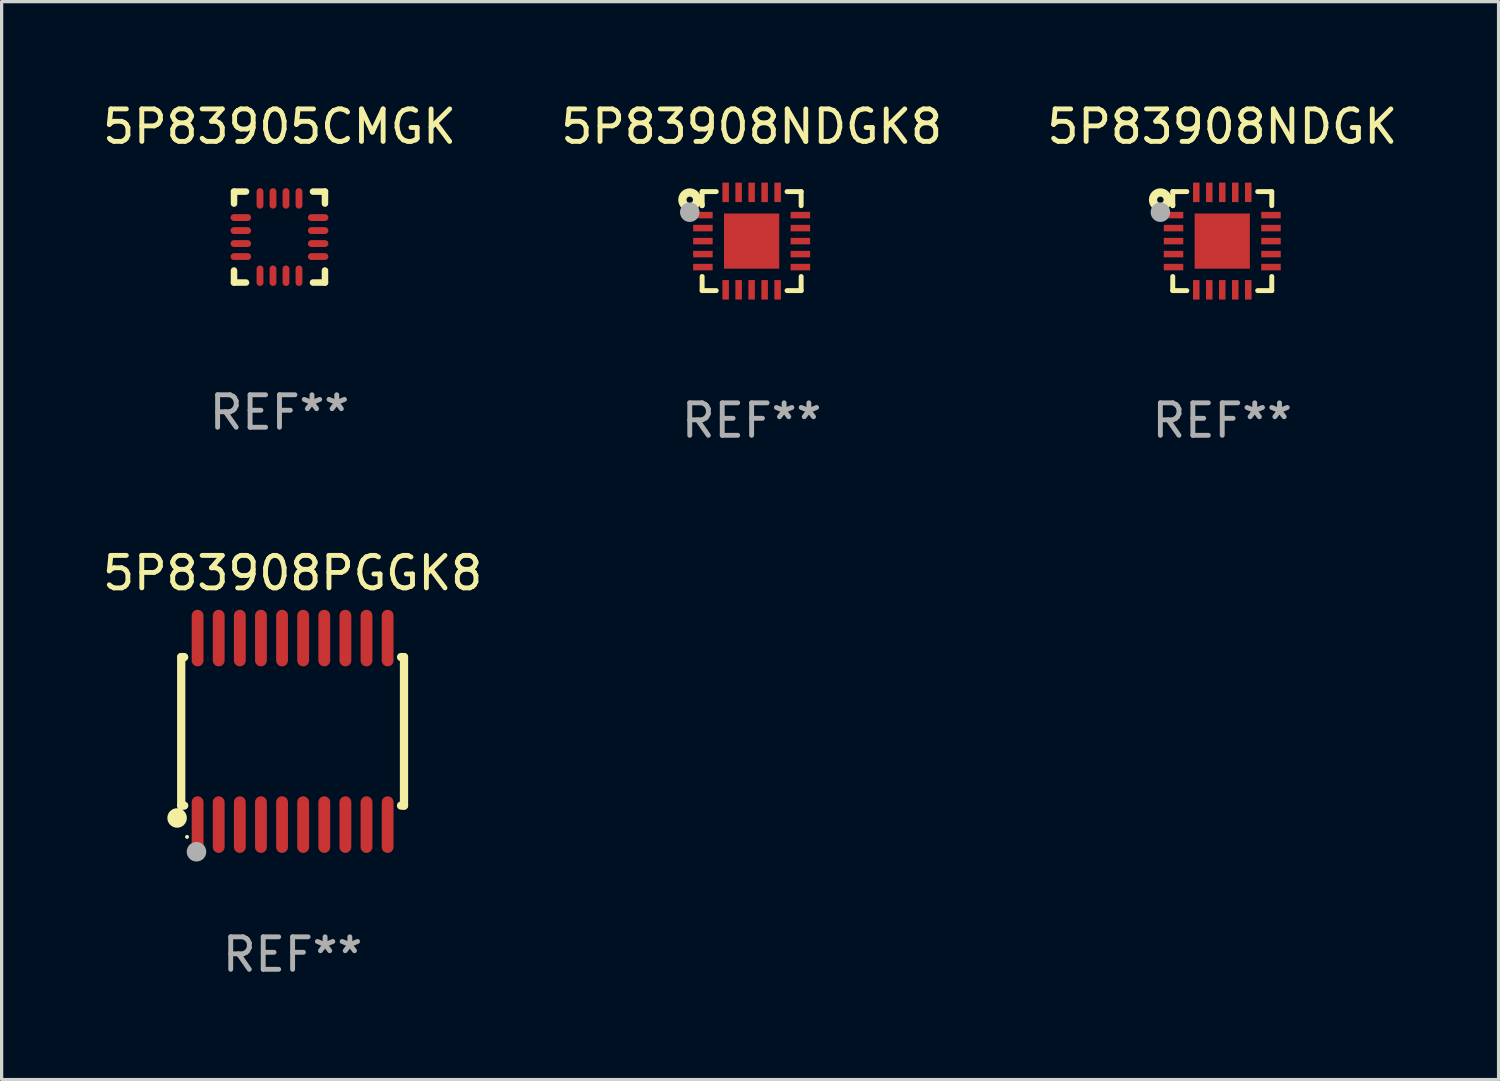
<source format=kicad_pcb>
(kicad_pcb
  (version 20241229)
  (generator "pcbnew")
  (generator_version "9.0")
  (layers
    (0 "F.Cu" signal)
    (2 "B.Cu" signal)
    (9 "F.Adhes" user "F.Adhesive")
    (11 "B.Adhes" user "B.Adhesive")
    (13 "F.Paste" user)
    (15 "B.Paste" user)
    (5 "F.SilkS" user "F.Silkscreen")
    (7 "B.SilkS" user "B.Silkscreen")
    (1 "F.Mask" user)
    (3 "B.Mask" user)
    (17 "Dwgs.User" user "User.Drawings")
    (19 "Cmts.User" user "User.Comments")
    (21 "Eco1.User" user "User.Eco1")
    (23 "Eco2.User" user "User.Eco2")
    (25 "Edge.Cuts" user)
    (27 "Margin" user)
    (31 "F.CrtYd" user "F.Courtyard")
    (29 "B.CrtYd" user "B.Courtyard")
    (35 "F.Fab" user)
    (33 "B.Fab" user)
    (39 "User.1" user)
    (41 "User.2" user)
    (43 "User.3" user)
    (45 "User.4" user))
  (footprint "5P83908NDGK8"
    (layer "F.Cu")
    (at 20.089 4.372)
    (property "Reference" "5P83908NDGK8" (at 0 -3.524 0) (layer "F.SilkS") (effects (font (size 1 1) (thickness 0.15))))
    (attr through_hole)
    (fp_line (start -1.524 -1.524) (end -1.09 -1.524) (stroke (width 0.152) (type solid)) (layer "F.SilkS"))
    (fp_line (start -1.524 -1.09) (end -1.524 -1.524) (stroke (width 0.152) (type solid)) (layer "F.SilkS"))
    (fp_line (start -1.524 -1.09) (end -1.524 -1.143) (stroke (width 0.152) (type solid)) (layer "F.SilkS"))
    (fp_line (start -1.524 1.524) (end -1.524 1.09) (stroke (width 0.152) (type solid)) (layer "F.SilkS"))
    (fp_line (start -1.09 1.524) (end -1.524 1.524) (stroke (width 0.152) (type solid)) (layer "F.SilkS"))
    (fp_line (start 1.09 -1.524) (end 1.524 -1.524) (stroke (width 0.152) (type solid)) (layer "F.SilkS"))
    (fp_line (start 1.524 -1.524) (end 1.524 -1.09) (stroke (width 0.152) (type solid)) (layer "F.SilkS"))
    (fp_line (start 1.524 1.09) (end 1.524 1.524) (stroke (width 0.152) (type solid)) (layer "F.SilkS"))
    (fp_line (start 1.524 1.524) (end 1.09 1.524) (stroke (width 0.152) (type solid)) (layer "F.SilkS"))
    (fp_circle (center -1.905 -1.27) (end -1.805 -1.27) (stroke (width 0.254) (type solid)) (fill no) (layer "F.SilkS"))
    (fp_circle (center -1.5 -1.5) (end -1.47 -1.5) (stroke (width 0.06) (type solid)) (fill no) (layer "F.SilkS"))
    (fp_circle (center -1.905 -0.889) (end -1.755 -0.889) (stroke (width 0.3) (type solid)) (fill no) (layer "F.Fab"))
    (fp_text user "REF**" (at 0 5.524 0) (layer "F.Fab") (effects (font (size 1 1) (thickness 0.15))))
    (pad "1" smd rect (at -1.5 -0.8) (size 0.6 0.2) (layers "F.Cu" "F.Mask" "F.Paste"))
    (pad "2" smd rect (at -1.5 -0.4) (size 0.6 0.2) (layers "F.Cu" "F.Mask" "F.Paste"))
    (pad "3" smd rect (at -1.5 -0.000203) (size 0.6 0.2) (layers "F.Cu" "F.Mask" "F.Paste"))
    (pad "4" smd rect (at -1.5 0.4) (size 0.6 0.2) (layers "F.Cu" "F.Mask" "F.Paste"))
    (pad "5" smd rect (at -1.5 0.8) (size 0.6 0.2) (layers "F.Cu" "F.Mask" "F.Paste"))
    (pad "6" smd rect (at -0.8 1.5) (size 0.2 0.6) (layers "F.Cu" "F.Mask" "F.Paste"))
    (pad "7" smd rect (at -0.4 1.5) (size 0.2 0.6) (layers "F.Cu" "F.Mask" "F.Paste"))
    (pad "8" smd rect (at -0.000178 1.5) (size 0.2 0.6) (layers "F.Cu" "F.Mask" "F.Paste"))
    (pad "9" smd rect (at 0.4 1.5) (size 0.2 0.6) (layers "F.Cu" "F.Mask" "F.Paste"))
    (pad "10" smd rect (at 0.8 1.5) (size 0.2 0.6) (layers "F.Cu" "F.Mask" "F.Paste"))
    (pad "11" smd rect (at 1.5 0.8) (size 0.6 0.2) (layers "F.Cu" "F.Mask" "F.Paste"))
    (pad "12" smd rect (at 1.5 0.4) (size 0.6 0.2) (layers "F.Cu" "F.Mask" "F.Paste"))
    (pad "13" smd rect (at 1.5 -0.000203) (size 0.6 0.2) (layers "F.Cu" "F.Mask" "F.Paste"))
    (pad "14" smd rect (at 1.5 -0.4) (size 0.6 0.2) (layers "F.Cu" "F.Mask" "F.Paste"))
    (pad "15" smd rect (at 1.5 -0.8) (size 0.6 0.2) (layers "F.Cu" "F.Mask" "F.Paste"))
    (pad "16" smd rect (at 0.8 -1.5) (size 0.2 0.6) (layers "F.Cu" "F.Mask" "F.Paste"))
    (pad "17" smd rect (at 0.4 -1.5) (size 0.2 0.6) (layers "F.Cu" "F.Mask" "F.Paste"))
    (pad "18" smd rect (at 0.000076 -1.5) (size 0.2 0.6) (layers "F.Cu" "F.Mask" "F.Paste"))
    (pad "19" smd rect (at -0.4 -1.5) (size 0.2 0.6) (layers "F.Cu" "F.Mask" "F.Paste"))
    (pad "20" smd rect (at -0.8 -1.5) (size 0.2 0.6) (layers "F.Cu" "F.Mask" "F.Paste"))
    (pad "21" smd rect (at -0.000178 -0.000203 180) (size 1.7 1.7) (layers "F.Cu" "F.Mask" "F.Paste")))
  (footprint "5P83905CMGK"
    (layer "F.Cu")
    (at 5.554 4.248)
    (property "Reference" "5P83905CMGK" (at 0 -3.4 0) (layer "F.SilkS") (effects (font (size 1 1) (thickness 0.15))))
    (attr through_hole)
    (fp_line (start -1.4 -1.4) (end -1.03 -1.4) (stroke (width 0.2) (type solid)) (layer "F.SilkS"))
    (fp_line (start -1.4 -1.03) (end -1.4 -1.4) (stroke (width 0.2) (type solid)) (layer "F.SilkS"))
    (fp_line (start -1.4 1.4) (end -1.4 1.03) (stroke (width 0.2) (type solid)) (layer "F.SilkS"))
    (fp_line (start -1.03 1.4) (end -1.4 1.4) (stroke (width 0.2) (type solid)) (layer "F.SilkS"))
    (fp_line (start 1.03 1.4) (end 1.4 1.4) (stroke (width 0.2) (type solid)) (layer "F.SilkS"))
    (fp_line (start 1.4 -1.4) (end 1.03 -1.4) (stroke (width 0.2) (type solid)) (layer "F.SilkS"))
    (fp_line (start 1.4 -1.03) (end 1.4 -1.4) (stroke (width 0.2) (type solid)) (layer "F.SilkS"))
    (fp_line (start 1.4 1.4) (end 1.4 1.03) (stroke (width 0.2) (type solid)) (layer "F.SilkS"))
    (fp_text user "REF**" (at 0 5.4 0) (layer "F.Fab") (effects (font (size 1 1) (thickness 0.15))))
    (pad "1" smd oval (at -1.19 -0.6 270) (size 0.21 0.63) (layers "F.Cu" "F.Mask" "F.Paste"))
    (pad "2" smd oval (at -1.19 -0.2 270) (size 0.21 0.63) (layers "F.Cu" "F.Mask" "F.Paste"))
    (pad "3" smd oval (at -1.19 0.2 270) (size 0.21 0.63) (layers "F.Cu" "F.Mask" "F.Paste"))
    (pad "4" smd oval (at -1.19 0.6 270) (size 0.21 0.63) (layers "F.Cu" "F.Mask" "F.Paste"))
    (pad "5" smd oval (at -0.6 1.19) (size 0.21 0.63) (layers "F.Cu" "F.Mask" "F.Paste"))
    (pad "6" smd oval (at -0.2 1.19) (size 0.21 0.63) (layers "F.Cu" "F.Mask" "F.Paste"))
    (pad "7" smd oval (at 0.2 1.19) (size 0.21 0.63) (layers "F.Cu" "F.Mask" "F.Paste"))
    (pad "8" smd oval (at 0.6 1.19) (size 0.21 0.63) (layers "F.Cu" "F.Mask" "F.Paste"))
    (pad "9" smd oval (at 1.19 0.6 90) (size 0.21 0.63) (layers "F.Cu" "F.Mask" "F.Paste"))
    (pad "10" smd oval (at 1.19 0.2 90) (size 0.21 0.63) (layers "F.Cu" "F.Mask" "F.Paste"))
    (pad "11" smd oval (at 1.19 -0.2 90) (size 0.21 0.63) (layers "F.Cu" "F.Mask" "F.Paste"))
    (pad "12" smd oval (at 1.19 -0.6 90) (size 0.21 0.63) (layers "F.Cu" "F.Mask" "F.Paste"))
    (pad "13" smd oval (at 0.6 -1.19) (size 0.21 0.63) (layers "F.Cu" "F.Mask" "F.Paste"))
    (pad "14" smd oval (at 0.2 -1.19) (size 0.21 0.63) (layers "F.Cu" "F.Mask" "F.Paste"))
    (pad "15" smd oval (at -0.2 -1.19) (size 0.21 0.63) (layers "F.Cu" "F.Mask" "F.Paste"))
    (pad "16" smd oval (at -0.6 -1.19) (size 0.21 0.63) (layers "F.Cu" "F.Mask" "F.Paste")))
  (footprint "5P83908PGGK8"
    (layer "F.Cu")
    (at 5.958 19.464)
    (property "Reference" "5P83908PGGK8" (at 0 -4.871 0) (layer "F.SilkS") (effects (font (size 1 1) (thickness 0.15))))
    (attr through_hole)
    (fp_line (start -3.429 -2.286) (end -3.429 2.286) (stroke (width 0.254) (type solid)) (layer "F.SilkS"))
    (fp_line (start -3.429 2.286) (end -3.338 2.286) (stroke (width 0.254) (type solid)) (layer "F.SilkS"))
    (fp_line (start -3.338 -2.286) (end -3.429 -2.286) (stroke (width 0.254) (type solid)) (layer "F.SilkS"))
    (fp_line (start 3.338 -2.286) (end 3.429 -2.286) (stroke (width 0.254) (type solid)) (layer "F.SilkS"))
    (fp_line (start 3.429 -2.286) (end 3.429 2.286) (stroke (width 0.254) (type solid)) (layer "F.SilkS"))
    (fp_line (start 3.429 2.286) (end 3.338 2.286) (stroke (width 0.254) (type solid)) (layer "F.SilkS"))
    (fp_circle (center -3.556 2.667) (end -3.406 2.667) (stroke (width 0.3) (type solid)) (fill no) (layer "F.SilkS"))
    (fp_circle (center -3.25 3.25) (end -3.22 3.25) (stroke (width 0.06) (type solid)) (fill no) (layer "F.SilkS"))
    (fp_circle (center -2.959 3.707) (end -2.808 3.707) (stroke (width 0.3) (type solid)) (fill no) (layer "F.Fab"))
    (fp_text user "REF**" (at 0 6.871 0) (layer "F.Fab") (effects (font (size 1 1) (thickness 0.15))))
    (pad "1" smd oval (at -2.925 2.871) (size 0.364 1.742) (layers "F.Cu" "F.Mask" "F.Paste"))
    (pad "2" smd oval (at -2.275 2.871) (size 0.364 1.742) (layers "F.Cu" "F.Mask" "F.Paste"))
    (pad "3" smd oval (at -1.625 2.871) (size 0.364 1.742) (layers "F.Cu" "F.Mask" "F.Paste"))
    (pad "4" smd oval (at -0.975 2.871) (size 0.364 1.742) (layers "F.Cu" "F.Mask" "F.Paste"))
    (pad "5" smd oval (at -0.325 2.871) (size 0.364 1.742) (layers "F.Cu" "F.Mask" "F.Paste"))
    (pad "6" smd oval (at 0.325 2.871) (size 0.364 1.742) (layers "F.Cu" "F.Mask" "F.Paste"))
    (pad "7" smd oval (at 0.975 2.871) (size 0.364 1.742) (layers "F.Cu" "F.Mask" "F.Paste"))
    (pad "8" smd oval (at 1.625 2.871) (size 0.364 1.742) (layers "F.Cu" "F.Mask" "F.Paste"))
    (pad "9" smd oval (at 2.275 2.871) (size 0.364 1.742) (layers "F.Cu" "F.Mask" "F.Paste"))
    (pad "10" smd oval (at 2.925 2.871) (size 0.364 1.742) (layers "F.Cu" "F.Mask" "F.Paste"))
    (pad "11" smd oval (at 2.925 -2.871) (size 0.364 1.742) (layers "F.Cu" "F.Mask" "F.Paste"))
    (pad "12" smd oval (at 2.275 -2.871) (size 0.364 1.742) (layers "F.Cu" "F.Mask" "F.Paste"))
    (pad "13" smd oval (at 1.625 -2.871) (size 0.364 1.742) (layers "F.Cu" "F.Mask" "F.Paste"))
    (pad "14" smd oval (at 0.975 -2.871) (size 0.364 1.742) (layers "F.Cu" "F.Mask" "F.Paste"))
    (pad "15" smd oval (at 0.325 -2.871) (size 0.364 1.742) (layers "F.Cu" "F.Mask" "F.Paste"))
    (pad "16" smd oval (at -0.325 -2.871) (size 0.364 1.742) (layers "F.Cu" "F.Mask" "F.Paste"))
    (pad "17" smd oval (at -0.975 -2.871) (size 0.364 1.742) (layers "F.Cu" "F.Mask" "F.Paste"))
    (pad "18" smd oval (at -1.625 -2.871) (size 0.364 1.742) (layers "F.Cu" "F.Mask" "F.Paste"))
    (pad "19" smd oval (at -2.275 -2.871) (size 0.364 1.742) (layers "F.Cu" "F.Mask" "F.Paste"))
    (pad "20" smd oval (at -2.925 -2.871) (size 0.364 1.742) (layers "F.Cu" "F.Mask" "F.Paste")))
  (footprint "5P83908NDGK"
    (layer "F.Cu")
    (at 34.577 4.372)
    (property "Reference" "5P83908NDGK" (at 0 -3.524 0) (layer "F.SilkS") (effects (font (size 1 1) (thickness 0.15))))
    (attr through_hole)
    (fp_line (start -1.524 -1.524) (end -1.09 -1.524) (stroke (width 0.152) (type solid)) (layer "F.SilkS"))
    (fp_line (start -1.524 -1.09) (end -1.524 -1.524) (stroke (width 0.152) (type solid)) (layer "F.SilkS"))
    (fp_line (start -1.524 -1.09) (end -1.524 -1.143) (stroke (width 0.152) (type solid)) (layer "F.SilkS"))
    (fp_line (start -1.524 1.524) (end -1.524 1.09) (stroke (width 0.152) (type solid)) (layer "F.SilkS"))
    (fp_line (start -1.09 1.524) (end -1.524 1.524) (stroke (width 0.152) (type solid)) (layer "F.SilkS"))
    (fp_line (start 1.09 -1.524) (end 1.524 -1.524) (stroke (width 0.152) (type solid)) (layer "F.SilkS"))
    (fp_line (start 1.524 -1.524) (end 1.524 -1.09) (stroke (width 0.152) (type solid)) (layer "F.SilkS"))
    (fp_line (start 1.524 1.09) (end 1.524 1.524) (stroke (width 0.152) (type solid)) (layer "F.SilkS"))
    (fp_line (start 1.524 1.524) (end 1.09 1.524) (stroke (width 0.152) (type solid)) (layer "F.SilkS"))
    (fp_circle (center -1.905 -1.27) (end -1.805 -1.27) (stroke (width 0.254) (type solid)) (fill no) (layer "F.SilkS"))
    (fp_circle (center -1.5 -1.5) (end -1.47 -1.5) (stroke (width 0.06) (type solid)) (fill no) (layer "F.SilkS"))
    (fp_circle (center -1.905 -0.889) (end -1.755 -0.889) (stroke (width 0.3) (type solid)) (fill no) (layer "F.Fab"))
    (fp_text user "REF**" (at 0 5.524 0) (layer "F.Fab") (effects (font (size 1 1) (thickness 0.15))))
    (pad "1" smd rect (at -1.5 -0.8) (size 0.6 0.2) (layers "F.Cu" "F.Mask" "F.Paste"))
    (pad "2" smd rect (at -1.5 -0.4) (size 0.6 0.2) (layers "F.Cu" "F.Mask" "F.Paste"))
    (pad "3" smd rect (at -1.5 -0.000203) (size 0.6 0.2) (layers "F.Cu" "F.Mask" "F.Paste"))
    (pad "4" smd rect (at -1.5 0.4) (size 0.6 0.2) (layers "F.Cu" "F.Mask" "F.Paste"))
    (pad "5" smd rect (at -1.5 0.8) (size 0.6 0.2) (layers "F.Cu" "F.Mask" "F.Paste"))
    (pad "6" smd rect (at -0.8 1.5) (size 0.2 0.6) (layers "F.Cu" "F.Mask" "F.Paste"))
    (pad "7" smd rect (at -0.4 1.5) (size 0.2 0.6) (layers "F.Cu" "F.Mask" "F.Paste"))
    (pad "8" smd rect (at -0.000178 1.5) (size 0.2 0.6) (layers "F.Cu" "F.Mask" "F.Paste"))
    (pad "9" smd rect (at 0.4 1.5) (size 0.2 0.6) (layers "F.Cu" "F.Mask" "F.Paste"))
    (pad "10" smd rect (at 0.8 1.5) (size 0.2 0.6) (layers "F.Cu" "F.Mask" "F.Paste"))
    (pad "11" smd rect (at 1.5 0.8) (size 0.6 0.2) (layers "F.Cu" "F.Mask" "F.Paste"))
    (pad "12" smd rect (at 1.5 0.4) (size 0.6 0.2) (layers "F.Cu" "F.Mask" "F.Paste"))
    (pad "13" smd rect (at 1.5 -0.000203) (size 0.6 0.2) (layers "F.Cu" "F.Mask" "F.Paste"))
    (pad "14" smd rect (at 1.5 -0.4) (size 0.6 0.2) (layers "F.Cu" "F.Mask" "F.Paste"))
    (pad "15" smd rect (at 1.5 -0.8) (size 0.6 0.2) (layers "F.Cu" "F.Mask" "F.Paste"))
    (pad "16" smd rect (at 0.8 -1.5) (size 0.2 0.6) (layers "F.Cu" "F.Mask" "F.Paste"))
    (pad "17" smd rect (at 0.4 -1.5) (size 0.2 0.6) (layers "F.Cu" "F.Mask" "F.Paste"))
    (pad "18" smd rect (at 0.000076 -1.5) (size 0.2 0.6) (layers "F.Cu" "F.Mask" "F.Paste"))
    (pad "19" smd rect (at -0.4 -1.5) (size 0.2 0.6) (layers "F.Cu" "F.Mask" "F.Paste"))
    (pad "20" smd rect (at -0.8 -1.5) (size 0.2 0.6) (layers "F.Cu" "F.Mask" "F.Paste"))
    (pad "21" smd rect (at -0.000178 -0.000203 180) (size 1.7 1.7) (layers "F.Cu" "F.Mask" "F.Paste")))
  (gr_rect
    (start -3 -3)
    (end 43.083 30.183)
    (stroke (width 0.1) (type default))
    (fill no)
    (layer "Edge.Cuts")))
</source>
